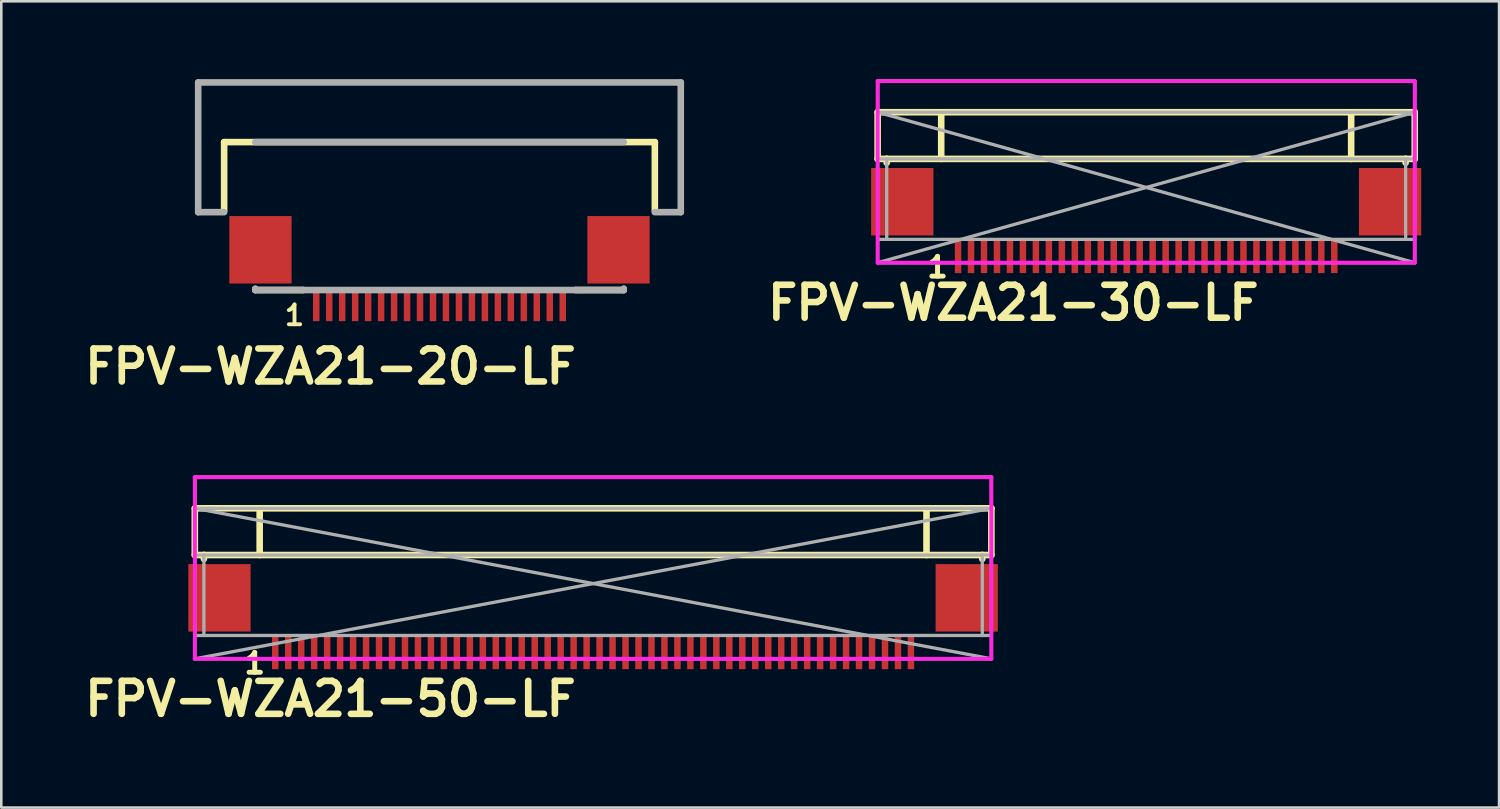
<source format=kicad_pcb>
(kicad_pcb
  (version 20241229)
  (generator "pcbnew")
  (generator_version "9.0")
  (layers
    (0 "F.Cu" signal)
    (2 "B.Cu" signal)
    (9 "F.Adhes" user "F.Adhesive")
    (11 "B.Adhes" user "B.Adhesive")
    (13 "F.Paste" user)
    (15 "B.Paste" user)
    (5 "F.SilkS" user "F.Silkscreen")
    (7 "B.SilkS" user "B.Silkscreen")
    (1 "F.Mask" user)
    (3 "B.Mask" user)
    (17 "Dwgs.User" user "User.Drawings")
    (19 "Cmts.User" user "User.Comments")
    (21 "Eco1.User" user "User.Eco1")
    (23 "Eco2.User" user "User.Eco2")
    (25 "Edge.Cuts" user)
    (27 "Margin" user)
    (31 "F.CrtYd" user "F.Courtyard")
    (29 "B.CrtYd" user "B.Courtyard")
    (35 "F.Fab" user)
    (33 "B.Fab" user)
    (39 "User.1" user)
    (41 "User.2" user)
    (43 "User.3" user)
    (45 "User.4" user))
  (footprint "FPV-WZA21-50-LF"
    (layer "F.Cu")
    (at 19.808 19.441)
    (property "Reference" "FPV-WZA21-50-LF" (at -10.12 4.445 0) (layer "F.SilkS") (effects (font (size 1.27 1.27) (thickness 0.254))))
    (attr smd)
    (fp_line (start -15.35 -4.1) (end 15.35 -4.1) (stroke (width 0.127) (type solid)) (layer "F.SilkS"))
    (fp_line (start -15.35 -2.9) (end -15.35 -4.1) (stroke (width 0.127) (type solid)) (layer "F.SilkS"))
    (fp_line (start -15.35 -2.9) (end -15.35 -1.1) (stroke (width 0.254) (type solid)) (layer "F.SilkS"))
    (fp_line (start -15.35 -2.9) (end 15.35 -2.9) (stroke (width 0.254) (type solid)) (layer "F.SilkS"))
    (fp_line (start -15.35 -1.1) (end -15 -1.1) (stroke (width 0.254) (type solid)) (layer "F.SilkS"))
    (fp_line (start -15 -1.1) (end -15 -0.95) (stroke (width 0.254) (type solid)) (layer "F.SilkS"))
    (fp_line (start -15 -1.1) (end 15 -1.1) (stroke (width 0.254) (type solid)) (layer "F.SilkS"))
    (fp_line (start -12.85 -2.9) (end -12.85 -1.1) (stroke (width 0.254) (type solid)) (layer "F.SilkS"))
    (fp_line (start 12.85 -2.9) (end 12.85 -1.1) (stroke (width 0.254) (type solid)) (layer "F.SilkS"))
    (fp_line (start 15 -1.1) (end 15 -0.95) (stroke (width 0.254) (type solid)) (layer "F.SilkS"))
    (fp_line (start 15.35 -4.1) (end 15.35 -2.9) (stroke (width 0.127) (type solid)) (layer "F.SilkS"))
    (fp_line (start 15.35 -2.9) (end 15.35 -1.1) (stroke (width 0.254) (type solid)) (layer "F.SilkS"))
    (fp_line (start 15.35 -1.1) (end 15 -1.1) (stroke (width 0.254) (type solid)) (layer "F.SilkS"))
    (fp_line (start -15.35 -4.1) (end 15.35 -4.1) (stroke (width 0.15) (type solid)) (layer "F.CrtYd"))
    (fp_line (start -15.35 2.9) (end -15.35 -4.1) (stroke (width 0.15) (type solid)) (layer "F.CrtYd"))
    (fp_line (start -15.35 2.9) (end 15.35 2.9) (stroke (width 0.15) (type solid)) (layer "F.CrtYd"))
    (fp_line (start 15.35 -4.1) (end 15.35 2.9) (stroke (width 0.15) (type solid)) (layer "F.CrtYd"))
    (fp_line (start -15.35 -2.9) (end 15.35 -2.9) (stroke (width 0.127) (type solid)) (layer "F.Fab"))
    (fp_line (start -15.35 -2.9) (end 15.35 2.9) (stroke (width 0.127) (type solid)) (layer "F.Fab"))
    (fp_line (start -15.35 -1.1) (end 15.35 -1.1) (stroke (width 0.127) (type solid)) (layer "F.Fab"))
    (fp_line (start -15.35 2) (end 15.35 2) (stroke (width 0.127) (type solid)) (layer "F.Fab"))
    (fp_line (start -15.35 2.9) (end -15.35 -2.9) (stroke (width 0.127) (type solid)) (layer "F.Fab"))
    (fp_line (start -15 -1.1) (end -15 2) (stroke (width 0.127) (type solid)) (layer "F.Fab"))
    (fp_line (start 15 -1.1) (end 15 2) (stroke (width 0.127) (type solid)) (layer "F.Fab"))
    (fp_line (start 15.35 -2.9) (end -15.35 2.9) (stroke (width 0.127) (type solid)) (layer "F.Fab"))
    (fp_line (start 15.35 -2.9) (end 15.35 2.9) (stroke (width 0.127) (type solid)) (layer "F.Fab"))
    (fp_line (start 15.35 2.9) (end -15.35 2.9) (stroke (width 0.127) (type solid)) (layer "F.Fab"))
    (fp_text user "1" (at -13.041 3.075 0) (layer "F.SilkS") (effects (font (size 0.762 0.762) (thickness 0.191))))
    (pad "0" smd rect (at -14.4 0.55 180) (size 2.4 2.6) (layers "F.Cu" "F.Mask" "F.Paste"))
    (pad "0" smd rect (at 14.4 0.55 180) (size 2.4 2.6) (layers "F.Cu" "F.Mask" "F.Paste"))
    (pad "1" smd rect (at -12.25 2.65 180) (size 0.25 1.3) (layers "F.Cu" "F.Mask" "F.Paste"))
    (pad "2" smd rect (at -11.75 2.65 180) (size 0.25 1.3) (layers "F.Cu" "F.Mask" "F.Paste"))
    (pad "3" smd rect (at -11.25 2.65 180) (size 0.25 1.3) (layers "F.Cu" "F.Mask" "F.Paste"))
    (pad "4" smd rect (at -10.75 2.65 180) (size 0.25 1.3) (layers "F.Cu" "F.Mask" "F.Paste"))
    (pad "5" smd rect (at -10.25 2.65 180) (size 0.25 1.3) (layers "F.Cu" "F.Mask" "F.Paste"))
    (pad "6" smd rect (at -9.75 2.65 180) (size 0.25 1.3) (layers "F.Cu" "F.Mask" "F.Paste"))
    (pad "7" smd rect (at -9.25 2.65 180) (size 0.25 1.3) (layers "F.Cu" "F.Mask" "F.Paste"))
    (pad "8" smd rect (at -8.75 2.65 180) (size 0.25 1.3) (layers "F.Cu" "F.Mask" "F.Paste"))
    (pad "9" smd rect (at -8.25 2.65 180) (size 0.25 1.3) (layers "F.Cu" "F.Mask" "F.Paste"))
    (pad "10" smd rect (at -7.75 2.65 180) (size 0.25 1.3) (layers "F.Cu" "F.Mask" "F.Paste"))
    (pad "11" smd rect (at -7.25 2.65 180) (size 0.25 1.3) (layers "F.Cu" "F.Mask" "F.Paste"))
    (pad "12" smd rect (at -6.75 2.65 180) (size 0.25 1.3) (layers "F.Cu" "F.Mask" "F.Paste"))
    (pad "13" smd rect (at -6.25 2.65 180) (size 0.25 1.3) (layers "F.Cu" "F.Mask" "F.Paste"))
    (pad "14" smd rect (at -5.75 2.65 180) (size 0.25 1.3) (layers "F.Cu" "F.Mask" "F.Paste"))
    (pad "15" smd rect (at -5.25 2.65 180) (size 0.25 1.3) (layers "F.Cu" "F.Mask" "F.Paste"))
    (pad "16" smd rect (at -4.75 2.65 180) (size 0.25 1.3) (layers "F.Cu" "F.Mask" "F.Paste"))
    (pad "17" smd rect (at -4.25 2.65 180) (size 0.25 1.3) (layers "F.Cu" "F.Mask" "F.Paste"))
    (pad "18" smd rect (at -3.75 2.65 180) (size 0.25 1.3) (layers "F.Cu" "F.Mask" "F.Paste"))
    (pad "19" smd rect (at -3.25 2.65 180) (size 0.25 1.3) (layers "F.Cu" "F.Mask" "F.Paste"))
    (pad "20" smd rect (at -2.75 2.65 180) (size 0.25 1.3) (layers "F.Cu" "F.Mask" "F.Paste"))
    (pad "21" smd rect (at -2.25 2.65 180) (size 0.25 1.3) (layers "F.Cu" "F.Mask" "F.Paste"))
    (pad "22" smd rect (at -1.75 2.65 180) (size 0.25 1.3) (layers "F.Cu" "F.Mask" "F.Paste"))
    (pad "23" smd rect (at -1.25 2.65 180) (size 0.25 1.3) (layers "F.Cu" "F.Mask" "F.Paste"))
    (pad "24" smd rect (at -0.75 2.65 180) (size 0.25 1.3) (layers "F.Cu" "F.Mask" "F.Paste"))
    (pad "25" smd rect (at -0.25 2.65 180) (size 0.25 1.3) (layers "F.Cu" "F.Mask" "F.Paste"))
    (pad "26" smd rect (at 0.25 2.65 180) (size 0.25 1.3) (layers "F.Cu" "F.Mask" "F.Paste"))
    (pad "27" smd rect (at 0.75 2.65 180) (size 0.25 1.3) (layers "F.Cu" "F.Mask" "F.Paste"))
    (pad "28" smd rect (at 1.25 2.65 180) (size 0.25 1.3) (layers "F.Cu" "F.Mask" "F.Paste"))
    (pad "29" smd rect (at 1.75 2.65 180) (size 0.25 1.3) (layers "F.Cu" "F.Mask" "F.Paste"))
    (pad "30" smd rect (at 2.25 2.65 180) (size 0.25 1.3) (layers "F.Cu" "F.Mask" "F.Paste"))
    (pad "31" smd rect (at 2.75 2.65 180) (size 0.25 1.3) (layers "F.Cu" "F.Mask" "F.Paste"))
    (pad "32" smd rect (at 3.25 2.65 180) (size 0.25 1.3) (layers "F.Cu" "F.Mask" "F.Paste"))
    (pad "33" smd rect (at 3.75 2.65 180) (size 0.25 1.3) (layers "F.Cu" "F.Mask" "F.Paste"))
    (pad "34" smd rect (at 4.25 2.65 180) (size 0.25 1.3) (layers "F.Cu" "F.Mask" "F.Paste"))
    (pad "35" smd rect (at 4.75 2.65 180) (size 0.25 1.3) (layers "F.Cu" "F.Mask" "F.Paste"))
    (pad "36" smd rect (at 5.25 2.65 180) (size 0.25 1.3) (layers "F.Cu" "F.Mask" "F.Paste"))
    (pad "37" smd rect (at 5.75 2.65 180) (size 0.25 1.3) (layers "F.Cu" "F.Mask" "F.Paste"))
    (pad "38" smd rect (at 6.25 2.65 180) (size 0.25 1.3) (layers "F.Cu" "F.Mask" "F.Paste"))
    (pad "39" smd rect (at 6.75 2.65 180) (size 0.25 1.3) (layers "F.Cu" "F.Mask" "F.Paste"))
    (pad "40" smd rect (at 7.25 2.65 180) (size 0.25 1.3) (layers "F.Cu" "F.Mask" "F.Paste"))
    (pad "41" smd rect (at 7.75 2.65 180) (size 0.25 1.3) (layers "F.Cu" "F.Mask" "F.Paste"))
    (pad "42" smd rect (at 8.25 2.65 180) (size 0.25 1.3) (layers "F.Cu" "F.Mask" "F.Paste"))
    (pad "43" smd rect (at 8.75 2.65 180) (size 0.25 1.3) (layers "F.Cu" "F.Mask" "F.Paste"))
    (pad "44" smd rect (at 9.25 2.65 180) (size 0.25 1.3) (layers "F.Cu" "F.Mask" "F.Paste"))
    (pad "45" smd rect (at 9.75 2.65 180) (size 0.25 1.3) (layers "F.Cu" "F.Mask" "F.Paste"))
    (pad "46" smd rect (at 10.25 2.65 180) (size 0.25 1.3) (layers "F.Cu" "F.Mask" "F.Paste"))
    (pad "47" smd rect (at 10.75 2.65 180) (size 0.25 1.3) (layers "F.Cu" "F.Mask" "F.Paste"))
    (pad "48" smd rect (at 11.25 2.65 180) (size 0.25 1.3) (layers "F.Cu" "F.Mask" "F.Paste"))
    (pad "49" smd rect (at 11.75 2.65 180) (size 0.25 1.3) (layers "F.Cu" "F.Mask" "F.Paste"))
    (pad "50" smd rect (at 12.25 2.65 180) (size 0.25 1.3) (layers "F.Cu" "F.Mask" "F.Paste")))
  (footprint "FPV-WZA21-20-LF"
    (layer "F.Cu")
    (at 13.888 5.927)
    (property "Reference" "FPV-WZA21-20-LF" (at -4.2 5.15 0) (layer "F.SilkS") (effects (font (size 1.27 1.27) (thickness 0.254))))
    (attr smd)
    (fp_line (start -8.3 -3.5) (end 8.3 -3.5) (stroke (width 0.254) (type solid)) (layer "F.SilkS"))
    (fp_line (start -8.3 -0.84) (end -8.3 -3.5) (stroke (width 0.254) (type solid)) (layer "F.SilkS"))
    (fp_line (start -7.1 2.2) (end -7.1 2.16) (stroke (width 0.254) (type solid)) (layer "F.SilkS"))
    (fp_line (start -5.25 2.2) (end -7.1 2.2) (stroke (width 0.254) (type solid)) (layer "F.SilkS"))
    (fp_line (start 7.1 2.16) (end 7.1 2.2) (stroke (width 0.254) (type solid)) (layer "F.SilkS"))
    (fp_line (start 7.1 2.2) (end 5.25 2.2) (stroke (width 0.254) (type solid)) (layer "F.SilkS"))
    (fp_line (start 8.3 -3.5) (end 8.3 -0.84) (stroke (width 0.254) (type solid)) (layer "F.SilkS"))
    (fp_line (start -9.3 -5.8) (end 9.3 -5.8) (stroke (width 0.254) (type solid)) (layer "F.Fab"))
    (fp_line (start -9.3 -0.8) (end -9.3 -5.8) (stroke (width 0.254) (type solid)) (layer "F.Fab"))
    (fp_line (start -8.3 -0.8) (end -9.3 -0.8) (stroke (width 0.254) (type solid)) (layer "F.Fab"))
    (fp_line (start -7.1 2.15) (end -7.1 2.2) (stroke (width 0.254) (type solid)) (layer "F.Fab"))
    (fp_line (start -7.1 2.2) (end -5.25 2.2) (stroke (width 0.254) (type solid)) (layer "F.Fab"))
    (fp_line (start 5.249 2.2) (end -5.249 2.2) (stroke (width 0.254) (type solid)) (layer "F.Fab"))
    (fp_line (start 7.1 -3.5) (end -7.1 -3.5) (stroke (width 0.254) (type solid)) (layer "F.Fab"))
    (fp_line (start 7.1 2.15) (end 7.1 2.2) (stroke (width 0.254) (type solid)) (layer "F.Fab"))
    (fp_line (start 7.1 2.2) (end 5.25 2.2) (stroke (width 0.254) (type solid)) (layer "F.Fab"))
    (fp_line (start 9.3 -5.8) (end 9.3 -0.8) (stroke (width 0.254) (type solid)) (layer "F.Fab"))
    (fp_line (start 9.3 -0.8) (end 8.3 -0.8) (stroke (width 0.254) (type solid)) (layer "F.Fab"))
    (fp_text user "1" (at -5.588 3.175 0) (layer "F.SilkS") (effects (font (size 0.762 0.762) (thickness 0.15))))
    (pad "0" smd rect (at -6.9 0.65 180) (size 2.4 2.6) (layers "F.Cu" "F.Mask" "F.Paste"))
    (pad "0" smd rect (at 6.9 0.65 180) (size 2.4 2.6) (layers "F.Cu" "F.Mask" "F.Paste"))
    (pad "1" smd rect (at -4.75 2.75 180) (size 0.25 1.3) (layers "F.Cu" "F.Mask" "F.Paste"))
    (pad "2" smd rect (at -4.25 2.75 180) (size 0.25 1.3) (layers "F.Cu" "F.Mask" "F.Paste"))
    (pad "3" smd rect (at -3.75 2.75 180) (size 0.25 1.3) (layers "F.Cu" "F.Mask" "F.Paste"))
    (pad "4" smd rect (at -3.25 2.75 180) (size 0.25 1.3) (layers "F.Cu" "F.Mask" "F.Paste"))
    (pad "5" smd rect (at -2.75 2.75 180) (size 0.25 1.3) (layers "F.Cu" "F.Mask" "F.Paste"))
    (pad "6" smd rect (at -2.25 2.75 180) (size 0.25 1.3) (layers "F.Cu" "F.Mask" "F.Paste"))
    (pad "7" smd rect (at -1.75 2.75 180) (size 0.25 1.3) (layers "F.Cu" "F.Mask" "F.Paste"))
    (pad "8" smd rect (at -1.25 2.75 180) (size 0.25 1.3) (layers "F.Cu" "F.Mask" "F.Paste"))
    (pad "9" smd rect (at -0.75 2.75 180) (size 0.25 1.3) (layers "F.Cu" "F.Mask" "F.Paste"))
    (pad "10" smd rect (at -0.25 2.75 180) (size 0.25 1.3) (layers "F.Cu" "F.Mask" "F.Paste"))
    (pad "11" smd rect (at 0.25 2.75 180) (size 0.25 1.3) (layers "F.Cu" "F.Mask" "F.Paste"))
    (pad "12" smd rect (at 0.75 2.75 180) (size 0.25 1.3) (layers "F.Cu" "F.Mask" "F.Paste"))
    (pad "13" smd rect (at 1.25 2.75 180) (size 0.25 1.3) (layers "F.Cu" "F.Mask" "F.Paste"))
    (pad "14" smd rect (at 1.75 2.75 180) (size 0.25 1.3) (layers "F.Cu" "F.Mask" "F.Paste"))
    (pad "15" smd rect (at 2.25 2.75 180) (size 0.25 1.3) (layers "F.Cu" "F.Mask" "F.Paste"))
    (pad "16" smd rect (at 2.75 2.75 180) (size 0.25 1.3) (layers "F.Cu" "F.Mask" "F.Paste"))
    (pad "17" smd rect (at 3.25 2.75 180) (size 0.25 1.3) (layers "F.Cu" "F.Mask" "F.Paste"))
    (pad "18" smd rect (at 3.75 2.75 180) (size 0.25 1.3) (layers "F.Cu" "F.Mask" "F.Paste"))
    (pad "19" smd rect (at 4.25 2.75 180) (size 0.25 1.3) (layers "F.Cu" "F.Mask" "F.Paste"))
    (pad "20" smd rect (at 4.75 2.75 180) (size 0.25 1.3) (layers "F.Cu" "F.Mask" "F.Paste")))
  (footprint "FPV-WZA21-30-LF"
    (layer "F.Cu")
    (at 41.124 4.175)
    (property "Reference" "FPV-WZA21-30-LF" (at -5.12 4.445 0) (layer "F.SilkS") (effects (font (size 1.27 1.27) (thickness 0.254))))
    (attr smd)
    (fp_line (start -10.35 -4.1) (end 10.35 -4.1) (stroke (width 0.127) (type solid)) (layer "F.SilkS"))
    (fp_line (start -10.35 -2.9) (end -10.35 -4.1) (stroke (width 0.127) (type solid)) (layer "F.SilkS"))
    (fp_line (start -10.35 -2.9) (end -10.35 -1.1) (stroke (width 0.254) (type solid)) (layer "F.SilkS"))
    (fp_line (start -10.35 -2.9) (end 10.35 -2.9) (stroke (width 0.254) (type solid)) (layer "F.SilkS"))
    (fp_line (start -10.35 -1.1) (end -10 -1.1) (stroke (width 0.254) (type solid)) (layer "F.SilkS"))
    (fp_line (start -10 -1.1) (end -10 -0.95) (stroke (width 0.254) (type solid)) (layer "F.SilkS"))
    (fp_line (start -10 -1.1) (end 10 -1.1) (stroke (width 0.254) (type solid)) (layer "F.SilkS"))
    (fp_line (start -7.9 -2.9) (end -7.9 -1.1) (stroke (width 0.254) (type solid)) (layer "F.SilkS"))
    (fp_line (start 7.9 -2.9) (end 7.9 -1.1) (stroke (width 0.254) (type solid)) (layer "F.SilkS"))
    (fp_line (start 10 -1.1) (end 10 -0.95) (stroke (width 0.254) (type solid)) (layer "F.SilkS"))
    (fp_line (start 10.35 -4.1) (end 10.35 -2.9) (stroke (width 0.127) (type solid)) (layer "F.SilkS"))
    (fp_line (start 10.35 -2.9) (end 10.35 -1.1) (stroke (width 0.254) (type solid)) (layer "F.SilkS"))
    (fp_line (start 10.35 -1.1) (end 10 -1.1) (stroke (width 0.254) (type solid)) (layer "F.SilkS"))
    (fp_line (start -10.35 -4.1) (end 10.35 -4.1) (stroke (width 0.15) (type solid)) (layer "F.CrtYd"))
    (fp_line (start -10.35 2.9) (end 10.35 2.9) (stroke (width 0.15) (type solid)) (layer "F.CrtYd"))
    (fp_line (start -10.35 2.9) (end -10.35 -4.1) (stroke (width 0.15) (type solid)) (layer "F.CrtYd"))
    (fp_line (start 10.35 -4.1) (end 10.35 2.9) (stroke (width 0.15) (type solid)) (layer "F.CrtYd"))
    (fp_line (start -10.35 -2.9) (end 10.35 -2.9) (stroke (width 0.127) (type solid)) (layer "F.Fab"))
    (fp_line (start -10.35 -2.9) (end 10.35 2.9) (stroke (width 0.127) (type solid)) (layer "F.Fab"))
    (fp_line (start -10.35 -1.1) (end 10.35 -1.1) (stroke (width 0.127) (type solid)) (layer "F.Fab"))
    (fp_line (start -10.35 2) (end 10.35 2) (stroke (width 0.127) (type solid)) (layer "F.Fab"))
    (fp_line (start -10.35 2.9) (end -10.35 -2.9) (stroke (width 0.127) (type solid)) (layer "F.Fab"))
    (fp_line (start -10 -1.1) (end -10 2) (stroke (width 0.127) (type solid)) (layer "F.Fab"))
    (fp_line (start 10 -1.1) (end 10 2) (stroke (width 0.127) (type solid)) (layer "F.Fab"))
    (fp_line (start 10.35 -2.9) (end -10.35 2.9) (stroke (width 0.127) (type solid)) (layer "F.Fab"))
    (fp_line (start 10.35 -2.9) (end 10.35 2.9) (stroke (width 0.127) (type solid)) (layer "F.Fab"))
    (fp_line (start 10.35 2.9) (end -10.35 2.9) (stroke (width 0.127) (type solid)) (layer "F.Fab"))
    (fp_text user "1" (at -8.041 3.075 0) (layer "F.SilkS") (effects (font (size 0.762 0.762) (thickness 0.191))))
    (pad "0" smd rect (at -9.4 0.55 180) (size 2.4 2.6) (layers "F.Cu" "F.Mask" "F.Paste"))
    (pad "0" smd rect (at 9.4 0.55 180) (size 2.4 2.6) (layers "F.Cu" "F.Mask" "F.Paste"))
    (pad "1" smd rect (at -7.25 2.65 180) (size 0.25 1.3) (layers "F.Cu" "F.Mask" "F.Paste"))
    (pad "2" smd rect (at -6.75 2.65 180) (size 0.25 1.3) (layers "F.Cu" "F.Mask" "F.Paste"))
    (pad "3" smd rect (at -6.25 2.65 180) (size 0.25 1.3) (layers "F.Cu" "F.Mask" "F.Paste"))
    (pad "4" smd rect (at -5.75 2.65 180) (size 0.25 1.3) (layers "F.Cu" "F.Mask" "F.Paste"))
    (pad "5" smd rect (at -5.25 2.65 180) (size 0.25 1.3) (layers "F.Cu" "F.Mask" "F.Paste"))
    (pad "6" smd rect (at -4.75 2.65 180) (size 0.25 1.3) (layers "F.Cu" "F.Mask" "F.Paste"))
    (pad "7" smd rect (at -4.25 2.65 180) (size 0.25 1.3) (layers "F.Cu" "F.Mask" "F.Paste"))
    (pad "8" smd rect (at -3.75 2.65 180) (size 0.25 1.3) (layers "F.Cu" "F.Mask" "F.Paste"))
    (pad "9" smd rect (at -3.25 2.65 180) (size 0.25 1.3) (layers "F.Cu" "F.Mask" "F.Paste"))
    (pad "10" smd rect (at -2.75 2.65 180) (size 0.25 1.3) (layers "F.Cu" "F.Mask" "F.Paste"))
    (pad "11" smd rect (at -2.25 2.65 180) (size 0.25 1.3) (layers "F.Cu" "F.Mask" "F.Paste"))
    (pad "12" smd rect (at -1.75 2.65 180) (size 0.25 1.3) (layers "F.Cu" "F.Mask" "F.Paste"))
    (pad "13" smd rect (at -1.25 2.65 180) (size 0.25 1.3) (layers "F.Cu" "F.Mask" "F.Paste"))
    (pad "14" smd rect (at -0.75 2.65 180) (size 0.25 1.3) (layers "F.Cu" "F.Mask" "F.Paste"))
    (pad "15" smd rect (at -0.25 2.65 180) (size 0.25 1.3) (layers "F.Cu" "F.Mask" "F.Paste"))
    (pad "16" smd rect (at 0.25 2.65 180) (size 0.25 1.3) (layers "F.Cu" "F.Mask" "F.Paste"))
    (pad "17" smd rect (at 0.75 2.65 180) (size 0.25 1.3) (layers "F.Cu" "F.Mask" "F.Paste"))
    (pad "18" smd rect (at 1.25 2.65 180) (size 0.25 1.3) (layers "F.Cu" "F.Mask" "F.Paste"))
    (pad "19" smd rect (at 1.75 2.65 180) (size 0.25 1.3) (layers "F.Cu" "F.Mask" "F.Paste"))
    (pad "20" smd rect (at 2.25 2.65 180) (size 0.25 1.3) (layers "F.Cu" "F.Mask" "F.Paste"))
    (pad "21" smd rect (at 2.75 2.65 180) (size 0.25 1.3) (layers "F.Cu" "F.Mask" "F.Paste"))
    (pad "22" smd rect (at 3.25 2.65 180) (size 0.25 1.3) (layers "F.Cu" "F.Mask" "F.Paste"))
    (pad "23" smd rect (at 3.75 2.65 180) (size 0.25 1.3) (layers "F.Cu" "F.Mask" "F.Paste"))
    (pad "24" smd rect (at 4.25 2.65 180) (size 0.25 1.3) (layers "F.Cu" "F.Mask" "F.Paste"))
    (pad "25" smd rect (at 4.75 2.65 180) (size 0.25 1.3) (layers "F.Cu" "F.Mask" "F.Paste"))
    (pad "26" smd rect (at 5.25 2.65 180) (size 0.25 1.3) (layers "F.Cu" "F.Mask" "F.Paste"))
    (pad "27" smd rect (at 5.75 2.65 180) (size 0.25 1.3) (layers "F.Cu" "F.Mask" "F.Paste"))
    (pad "28" smd rect (at 6.25 2.65 180) (size 0.25 1.3) (layers "F.Cu" "F.Mask" "F.Paste"))
    (pad "29" smd rect (at 6.75 2.65 180) (size 0.25 1.3) (layers "F.Cu" "F.Mask" "F.Paste"))
    (pad "30" smd rect (at 7.25 2.65 180) (size 0.25 1.3) (layers "F.Cu" "F.Mask" "F.Paste")))
  (gr_rect
    (start -3 -3)
    (end 54.724 28.074)
    (stroke (width 0.1) (type default))
    (fill no)
    (layer "Edge.Cuts")))
</source>
